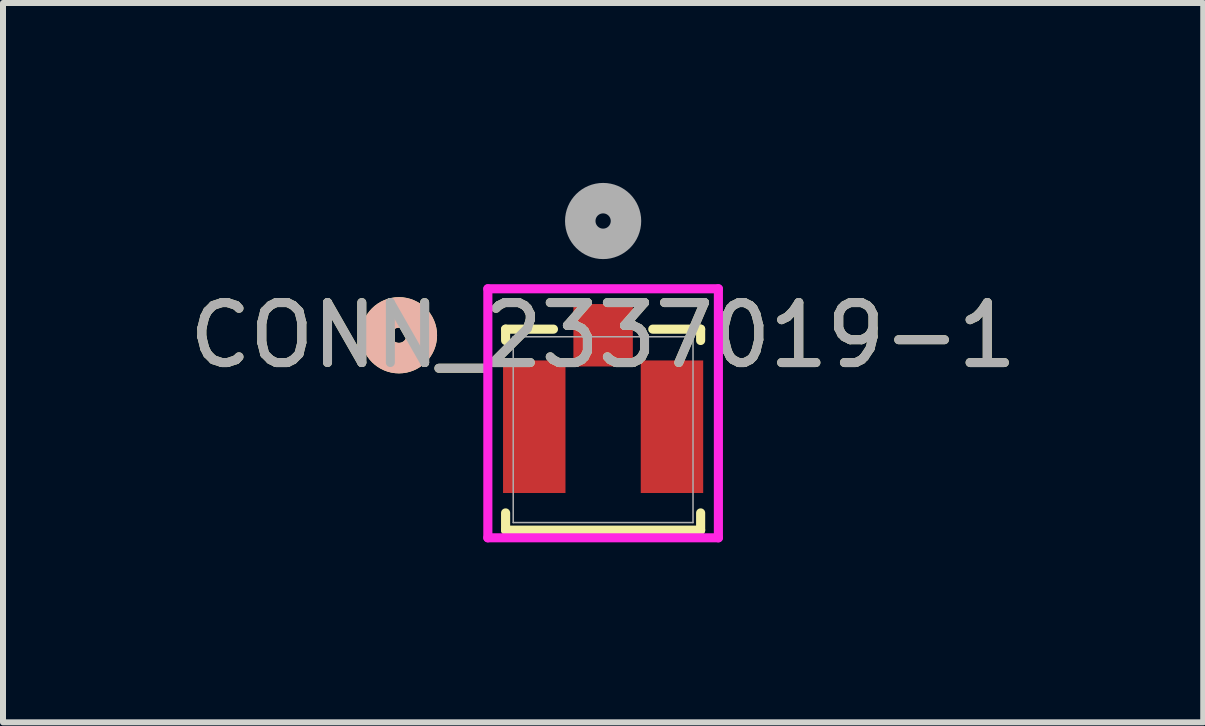
<source format=kicad_pcb>
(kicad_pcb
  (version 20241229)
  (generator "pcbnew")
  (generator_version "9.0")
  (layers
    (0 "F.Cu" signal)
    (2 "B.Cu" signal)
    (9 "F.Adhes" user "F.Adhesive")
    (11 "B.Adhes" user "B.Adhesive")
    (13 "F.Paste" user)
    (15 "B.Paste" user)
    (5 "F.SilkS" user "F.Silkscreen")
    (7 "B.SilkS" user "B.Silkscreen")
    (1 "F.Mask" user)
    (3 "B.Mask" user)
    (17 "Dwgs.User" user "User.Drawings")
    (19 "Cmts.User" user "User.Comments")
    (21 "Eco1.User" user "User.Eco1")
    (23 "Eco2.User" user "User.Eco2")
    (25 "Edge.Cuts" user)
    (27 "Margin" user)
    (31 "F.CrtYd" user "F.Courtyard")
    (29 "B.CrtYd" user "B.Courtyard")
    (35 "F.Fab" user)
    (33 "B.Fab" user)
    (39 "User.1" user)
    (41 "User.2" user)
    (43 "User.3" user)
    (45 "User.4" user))
  (footprint "CONN_2337019-1"
    (layer "F.Cu")
    (at 7.006 4.114)
    (property "Reference" "CONN_2337019-1" (at 0 -1.574 0) (unlocked yes) (layer "F.SilkS") (effects (font (size 1 1) (thickness 0.15))))
    (attr smd)
    (fp_line (start -1.626 -1.676) (end -1.626 -1.487) (stroke (width 0.152) (type solid)) (layer "F.SilkS"))
    (fp_line (start -1.626 1.388) (end -1.626 1.676) (stroke (width 0.152) (type solid)) (layer "F.SilkS"))
    (fp_line (start -1.626 1.676) (end 1.626 1.676) (stroke (width 0.152) (type solid)) (layer "F.SilkS"))
    (fp_line (start -0.828 -1.676) (end -1.626 -1.676) (stroke (width 0.152) (type solid)) (layer "F.SilkS"))
    (fp_line (start 1.626 -1.676) (end 0.828 -1.676) (stroke (width 0.152) (type solid)) (layer "F.SilkS"))
    (fp_line (start 1.626 -1.487) (end 1.626 -1.676) (stroke (width 0.152) (type solid)) (layer "F.SilkS"))
    (fp_line (start 1.626 1.676) (end 1.626 1.388) (stroke (width 0.152) (type solid)) (layer "F.SilkS"))
    (fp_circle (center -3.404 -1.574) (end -3.023 -1.574) (stroke (width 0.508) (type solid)) (fill no) (layer "F.SilkS"))
    (fp_circle (center -3.404 -1.574) (end -3.023 -1.574) (stroke (width 0.508) (type solid)) (fill no) (layer "B.SilkS"))
    (fp_line (start -1.922 -2.349) (end -1.922 1.803) (stroke (width 0.152) (type solid)) (layer "F.CrtYd"))
    (fp_line (start -1.922 1.803) (end 1.922 1.803) (stroke (width 0.152) (type solid)) (layer "F.CrtYd"))
    (fp_line (start 1.922 -2.349) (end -1.922 -2.349) (stroke (width 0.152) (type solid)) (layer "F.CrtYd"))
    (fp_line (start 1.922 1.803) (end 1.922 -2.349) (stroke (width 0.152) (type solid)) (layer "F.CrtYd"))
    (fp_line (start -1.499 -1.549) (end -1.499 1.549) (stroke (width 0.025) (type solid)) (layer "F.Fab"))
    (fp_line (start -1.499 1.549) (end 1.499 1.549) (stroke (width 0.025) (type solid)) (layer "F.Fab"))
    (fp_line (start 1.499 -1.549) (end -1.499 -1.549) (stroke (width 0.025) (type solid)) (layer "F.Fab"))
    (fp_line (start 1.499 1.549) (end 1.499 -1.549) (stroke (width 0.025) (type solid)) (layer "F.Fab"))
    (fp_circle (center 0 -3.479) (end 0.381 -3.479) (stroke (width 0.508) (type solid)) (fill no) (layer "F.Fab"))
    (fp_text user "${REFERENCE}" (at 0 -1.574 0) (unlocked yes) (layer "F.Fab") (effects (font (size 1 1) (thickness 0.15))))
    (pad "1" smd rect (at 0 -1.574) (size 0.991 1.041) (layers "F.Cu" "F.Mask" "F.Paste"))
    (pad "2" smd rect (at -1.148 -0.049) (size 1.041 2.21) (layers "F.Cu" "F.Mask" "F.Paste"))
    (pad "3" smd rect (at 1.148 -0.049) (size 1.041 2.21) (layers "F.Cu" "F.Mask" "F.Paste")))
  (gr_rect
    (start -3 -3)
    (end 17.012 8.994)
    (stroke (width 0.1) (type default))
    (fill no)
    (layer "Edge.Cuts")))
</source>
